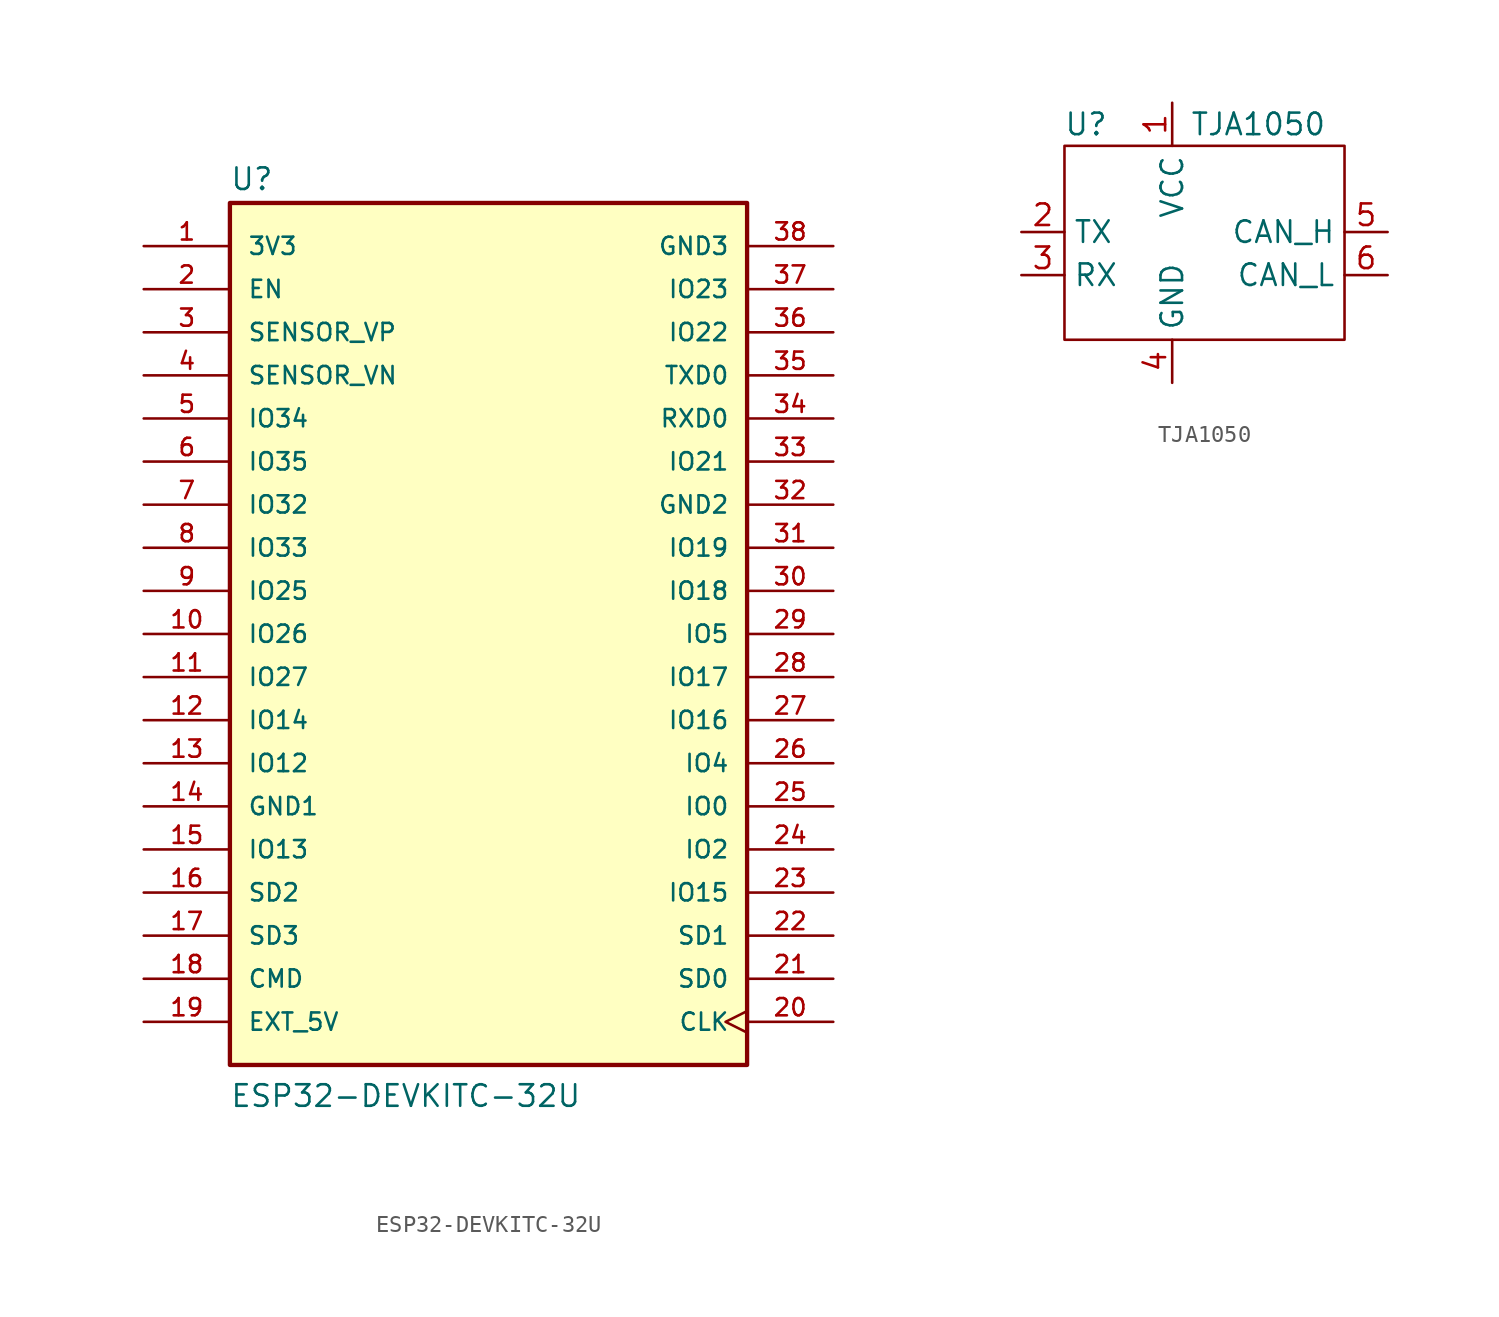
<source format=kicad_sym>
(kicad_symbol_lib
  (version 20220914)
  (generator kicad_symbol_editor)
  (symbol "ESP32-DEVKITC-32U"
    (pin_names
      (offset 1.016))
    (property "Reference" "U"
      (at -15.257 26.064 0)
      (effects (font (size 1.27 1.27)) (justify left bottom)))
    (property "Value" "ESP32-DEVKITC-32U"
      (at -15.256 -27.97 0)
      (effects (font (size 1.27 1.27)) (justify left bottom)))
    (symbol "ESP32-DEVKITC-32U_0_0"
      (rectangle (start -15.24 -25.4) (end 15.24 25.4) (stroke (width 0.254) (type default)) (fill (type background)))
      (pin power_in line (at -20.32 22.86 0) (length 5.08) (name "3V3" (effects (font (size 1.016 1.016)))) (number "1" (effects (font (size 1.016 1.016)))))
      (pin bidirectional line (at -20.32 0 0) (length 5.08) (name "IO26" (effects (font (size 1.016 1.016)))) (number "10" (effects (font (size 1.016 1.016)))))
      (pin bidirectional line (at -20.32 -2.54 0) (length 5.08) (name "IO27" (effects (font (size 1.016 1.016)))) (number "11" (effects (font (size 1.016 1.016)))))
      (pin bidirectional line (at -20.32 -5.08 0) (length 5.08) (name "IO14" (effects (font (size 1.016 1.016)))) (number "12" (effects (font (size 1.016 1.016)))))
      (pin bidirectional line (at -20.32 -7.62 0) (length 5.08) (name "IO12" (effects (font (size 1.016 1.016)))) (number "13" (effects (font (size 1.016 1.016)))))
      (pin power_in line (at -20.32 -10.16 0) (length 5.08) (name "GND1" (effects (font (size 1.016 1.016)))) (number "14" (effects (font (size 1.016 1.016)))))
      (pin bidirectional line (at -20.32 -12.7 0) (length 5.08) (name "IO13" (effects (font (size 1.016 1.016)))) (number "15" (effects (font (size 1.016 1.016)))))
      (pin bidirectional line (at -20.32 -15.24 0) (length 5.08) (name "SD2" (effects (font (size 1.016 1.016)))) (number "16" (effects (font (size 1.016 1.016)))))
      (pin bidirectional line (at -20.32 -17.78 0) (length 5.08) (name "SD3" (effects (font (size 1.016 1.016)))) (number "17" (effects (font (size 1.016 1.016)))))
      (pin bidirectional line (at -20.32 -20.32 0) (length 5.08) (name "CMD" (effects (font (size 1.016 1.016)))) (number "18" (effects (font (size 1.016 1.016)))))
      (pin power_in line (at -20.32 -22.86 0) (length 5.08) (name "EXT_5V" (effects (font (size 1.016 1.016)))) (number "19" (effects (font (size 1.016 1.016)))))
      (pin input line (at -20.32 20.32 0) (length 5.08) (name "EN" (effects (font (size 1.016 1.016)))) (number "2" (effects (font (size 1.016 1.016)))))
      (pin input clock (at 20.32 -22.86 180) (length 5.08) (name "CLK" (effects (font (size 1.016 1.016)))) (number "20" (effects (font (size 1.016 1.016)))))
      (pin bidirectional line (at 20.32 -20.32 180) (length 5.08) (name "SD0" (effects (font (size 1.016 1.016)))) (number "21" (effects (font (size 1.016 1.016)))))
      (pin bidirectional line (at 20.32 -17.78 180) (length 5.08) (name "SD1" (effects (font (size 1.016 1.016)))) (number "22" (effects (font (size 1.016 1.016)))))
      (pin bidirectional line (at 20.32 -15.24 180) (length 5.08) (name "IO15" (effects (font (size 1.016 1.016)))) (number "23" (effects (font (size 1.016 1.016)))))
      (pin bidirectional line (at 20.32 -12.7 180) (length 5.08) (name "IO2" (effects (font (size 1.016 1.016)))) (number "24" (effects (font (size 1.016 1.016)))))
      (pin bidirectional line (at 20.32 -10.16 180) (length 5.08) (name "IO0" (effects (font (size 1.016 1.016)))) (number "25" (effects (font (size 1.016 1.016)))))
      (pin bidirectional line (at 20.32 -7.62 180) (length 5.08) (name "IO4" (effects (font (size 1.016 1.016)))) (number "26" (effects (font (size 1.016 1.016)))))
      (pin bidirectional line (at 20.32 -5.08 180) (length 5.08) (name "IO16" (effects (font (size 1.016 1.016)))) (number "27" (effects (font (size 1.016 1.016)))))
      (pin bidirectional line (at 20.32 -2.54 180) (length 5.08) (name "IO17" (effects (font (size 1.016 1.016)))) (number "28" (effects (font (size 1.016 1.016)))))
      (pin bidirectional line (at 20.32 0 180) (length 5.08) (name "IO5" (effects (font (size 1.016 1.016)))) (number "29" (effects (font (size 1.016 1.016)))))
      (pin input line (at -20.32 17.78 0) (length 5.08) (name "SENSOR_VP" (effects (font (size 1.016 1.016)))) (number "3" (effects (font (size 1.016 1.016)))))
      (pin bidirectional line (at 20.32 2.54 180) (length 5.08) (name "IO18" (effects (font (size 1.016 1.016)))) (number "30" (effects (font (size 1.016 1.016)))))
      (pin bidirectional line (at 20.32 5.08 180) (length 5.08) (name "IO19" (effects (font (size 1.016 1.016)))) (number "31" (effects (font (size 1.016 1.016)))))
      (pin power_in line (at 20.32 7.62 180) (length 5.08) (name "GND2" (effects (font (size 1.016 1.016)))) (number "32" (effects (font (size 1.016 1.016)))))
      (pin bidirectional line (at 20.32 10.16 180) (length 5.08) (name "IO21" (effects (font (size 1.016 1.016)))) (number "33" (effects (font (size 1.016 1.016)))))
      (pin input line (at 20.32 12.7 180) (length 5.08) (name "RXD0" (effects (font (size 1.016 1.016)))) (number "34" (effects (font (size 1.016 1.016)))))
      (pin output line (at 20.32 15.24 180) (length 5.08) (name "TXD0" (effects (font (size 1.016 1.016)))) (number "35" (effects (font (size 1.016 1.016)))))
      (pin bidirectional line (at 20.32 17.78 180) (length 5.08) (name "IO22" (effects (font (size 1.016 1.016)))) (number "36" (effects (font (size 1.016 1.016)))))
      (pin bidirectional line (at 20.32 20.32 180) (length 5.08) (name "IO23" (effects (font (size 1.016 1.016)))) (number "37" (effects (font (size 1.016 1.016)))))
      (pin power_in line (at 20.32 22.86 180) (length 5.08) (name "GND3" (effects (font (size 1.016 1.016)))) (number "38" (effects (font (size 1.016 1.016)))))
      (pin input line (at -20.32 15.24 0) (length 5.08) (name "SENSOR_VN" (effects (font (size 1.016 1.016)))) (number "4" (effects (font (size 1.016 1.016)))))
      (pin bidirectional line (at -20.32 12.7 0) (length 5.08) (name "IO34" (effects (font (size 1.016 1.016)))) (number "5" (effects (font (size 1.016 1.016)))))
      (pin bidirectional line (at -20.32 10.16 0) (length 5.08) (name "IO35" (effects (font (size 1.016 1.016)))) (number "6" (effects (font (size 1.016 1.016)))))
      (pin bidirectional line (at -20.32 7.62 0) (length 5.08) (name "IO32" (effects (font (size 1.016 1.016)))) (number "7" (effects (font (size 1.016 1.016)))))
      (pin bidirectional line (at -20.32 5.08 0) (length 5.08) (name "IO33" (effects (font (size 1.016 1.016)))) (number "8" (effects (font (size 1.016 1.016)))))
      (pin bidirectional line (at -20.32 2.54 0) (length 5.08) (name "IO25" (effects (font (size 1.016 1.016)))) (number "9" (effects (font (size 1.016 1.016)))))))
  (symbol "TJA1050"
    (property "Reference" "U"
      (at 3.81 0 0)
      (effects (font (size 1.27 1.27))))
    (property "Value" "TJA1050"
      (at 13.97 0 0)
      (effects (font (size 1.27 1.27))))
    (symbol "TJA1050_1_1"
      (rectangle (start 2.54 -1.27) (end 19.05 -12.7) (stroke (width 0) (type default)) (fill (type none)))
      (pin input line (at 8.89 1.27 270) (length 2.54) (name "VCC" (effects (font (size 1.27 1.27)))) (number "1" (effects (font (size 1.27 1.27)))))
      (pin input line (at 0 -6.35 0) (length 2.54) (name "TX" (effects (font (size 1.27 1.27)))) (number "2" (effects (font (size 1.27 1.27)))))
      (pin input line (at 0 -8.89 0) (length 2.54) (name "RX" (effects (font (size 1.27 1.27)))) (number "3" (effects (font (size 1.27 1.27)))))
      (pin input line (at 8.89 -15.24 90) (length 2.54) (name "GND" (effects (font (size 1.27 1.27)))) (number "4" (effects (font (size 1.27 1.27)))))
      (pin input line (at 21.59 -6.35 180) (length 2.54) (name "CAN_H" (effects (font (size 1.27 1.27)))) (number "5" (effects (font (size 1.27 1.27)))))
      (pin input line (at 21.59 -8.89 180) (length 2.54) (name "CAN_L" (effects (font (size 1.27 1.27)))) (number "6" (effects (font (size 1.27 1.27))))))))
</source>
